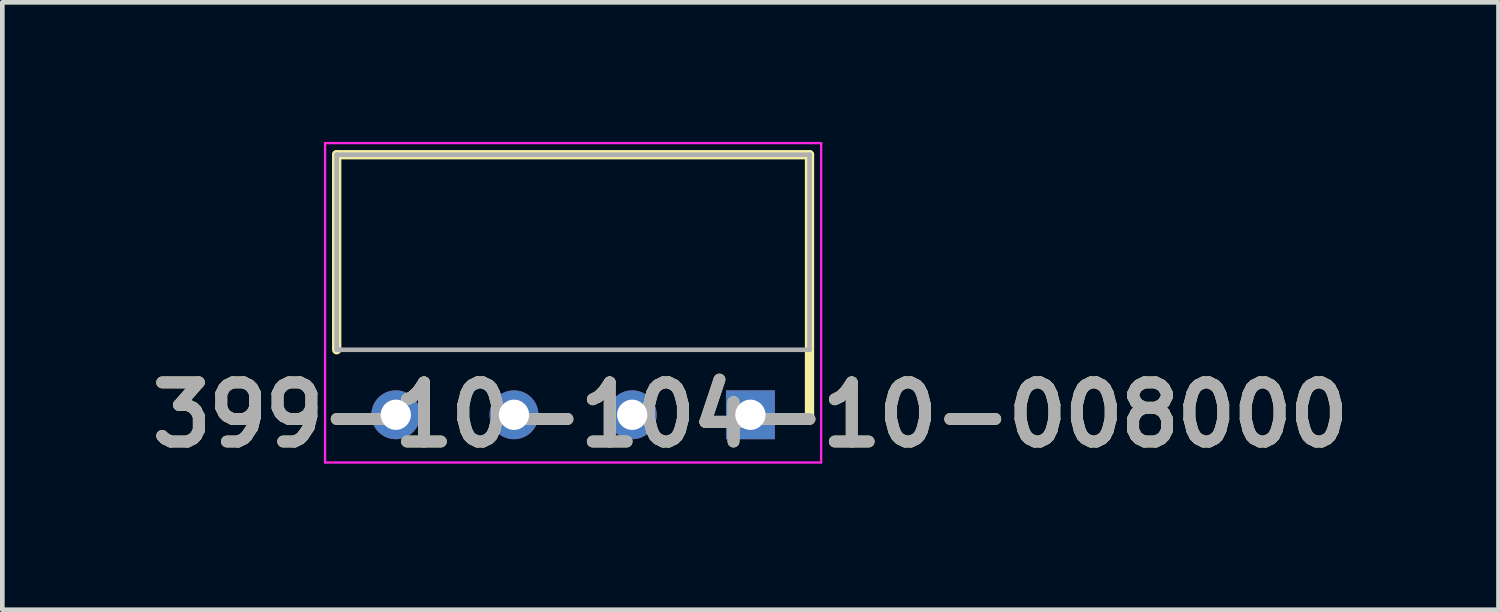
<source format=kicad_pcb>
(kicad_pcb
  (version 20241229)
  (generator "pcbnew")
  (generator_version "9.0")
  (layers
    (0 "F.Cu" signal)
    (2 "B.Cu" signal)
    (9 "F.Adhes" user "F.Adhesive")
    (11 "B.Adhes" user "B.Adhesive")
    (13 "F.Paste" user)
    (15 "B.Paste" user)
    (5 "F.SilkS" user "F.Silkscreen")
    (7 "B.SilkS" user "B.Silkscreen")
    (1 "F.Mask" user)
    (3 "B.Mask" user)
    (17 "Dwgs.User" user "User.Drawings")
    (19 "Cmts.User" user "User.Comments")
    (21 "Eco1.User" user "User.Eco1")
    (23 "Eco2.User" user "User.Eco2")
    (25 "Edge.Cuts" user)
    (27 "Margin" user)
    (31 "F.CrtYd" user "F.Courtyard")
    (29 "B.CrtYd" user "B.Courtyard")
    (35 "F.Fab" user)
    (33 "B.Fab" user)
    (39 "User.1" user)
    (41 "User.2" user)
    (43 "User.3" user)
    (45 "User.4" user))
  (footprint "399-10-104-10-008000"
    (layer "F.Cu")
    (at 13.075 5.863)
    (property "Reference" "399-10-104-10-008000" (at 0 0 0) (layer "F.SilkS") (effects (font (size 1.27 1.27) (thickness 0.254))))
    (attr through_hole)
    (fp_line (start -8.89 -5.588) (end -8.89 -1.397) (stroke (width 0.2) (type solid)) (layer "F.SilkS"))
    (fp_line (start 1.27 -5.588) (end -8.89 -5.588) (stroke (width 0.2) (type solid)) (layer "F.SilkS"))
    (fp_line (start 1.27 0) (end 1.27 -5.588) (stroke (width 0.2) (type solid)) (layer "F.SilkS"))
    (fp_line (start -9.14 -5.838) (end 1.52 -5.838) (stroke (width 0.05) (type solid)) (layer "F.CrtYd"))
    (fp_line (start -9.14 1.025) (end -9.14 -5.838) (stroke (width 0.05) (type solid)) (layer "F.CrtYd"))
    (fp_line (start 1.52 -5.838) (end 1.52 1.025) (stroke (width 0.05) (type solid)) (layer "F.CrtYd"))
    (fp_line (start 1.52 1.025) (end -9.14 1.025) (stroke (width 0.05) (type solid)) (layer "F.CrtYd"))
    (fp_line (start -8.89 -5.588) (end 1.27 -5.588) (stroke (width 0.1) (type solid)) (layer "F.Fab"))
    (fp_line (start -8.89 -1.397) (end -8.89 -5.588) (stroke (width 0.1) (type solid)) (layer "F.Fab"))
    (fp_line (start 1.27 -5.588) (end 1.27 -1.397) (stroke (width 0.1) (type solid)) (layer "F.Fab"))
    (fp_line (start 1.27 -1.397) (end -8.89 -1.397) (stroke (width 0.1) (type solid)) (layer "F.Fab"))
    (fp_text user "${REFERENCE}" (at 0 0 0) (layer "F.Fab") (effects (font (size 1.27 1.27) (thickness 0.254))))
    (pad "1" thru_hole rect (at 0 0) (size 1.05 1.05) (drill 0.65) (layers "*.Cu" "*.Mask"))
    (pad "2" thru_hole circle (at -2.54 0) (size 1.05 1.05) (drill 0.65) (layers "*.Cu" "*.Mask"))
    (pad "3" thru_hole circle (at -5.08 0) (size 1.05 1.05) (drill 0.65) (layers "*.Cu" "*.Mask"))
    (pad "4" thru_hole circle (at -7.62 0) (size 1.05 1.05) (drill 0.65) (layers "*.Cu" "*.Mask")))
  (gr_rect
    (start -3 -3)
    (end 29.15 10.052)
    (stroke (width 0.1) (type default))
    (fill no)
    (layer "Edge.Cuts")))
</source>
